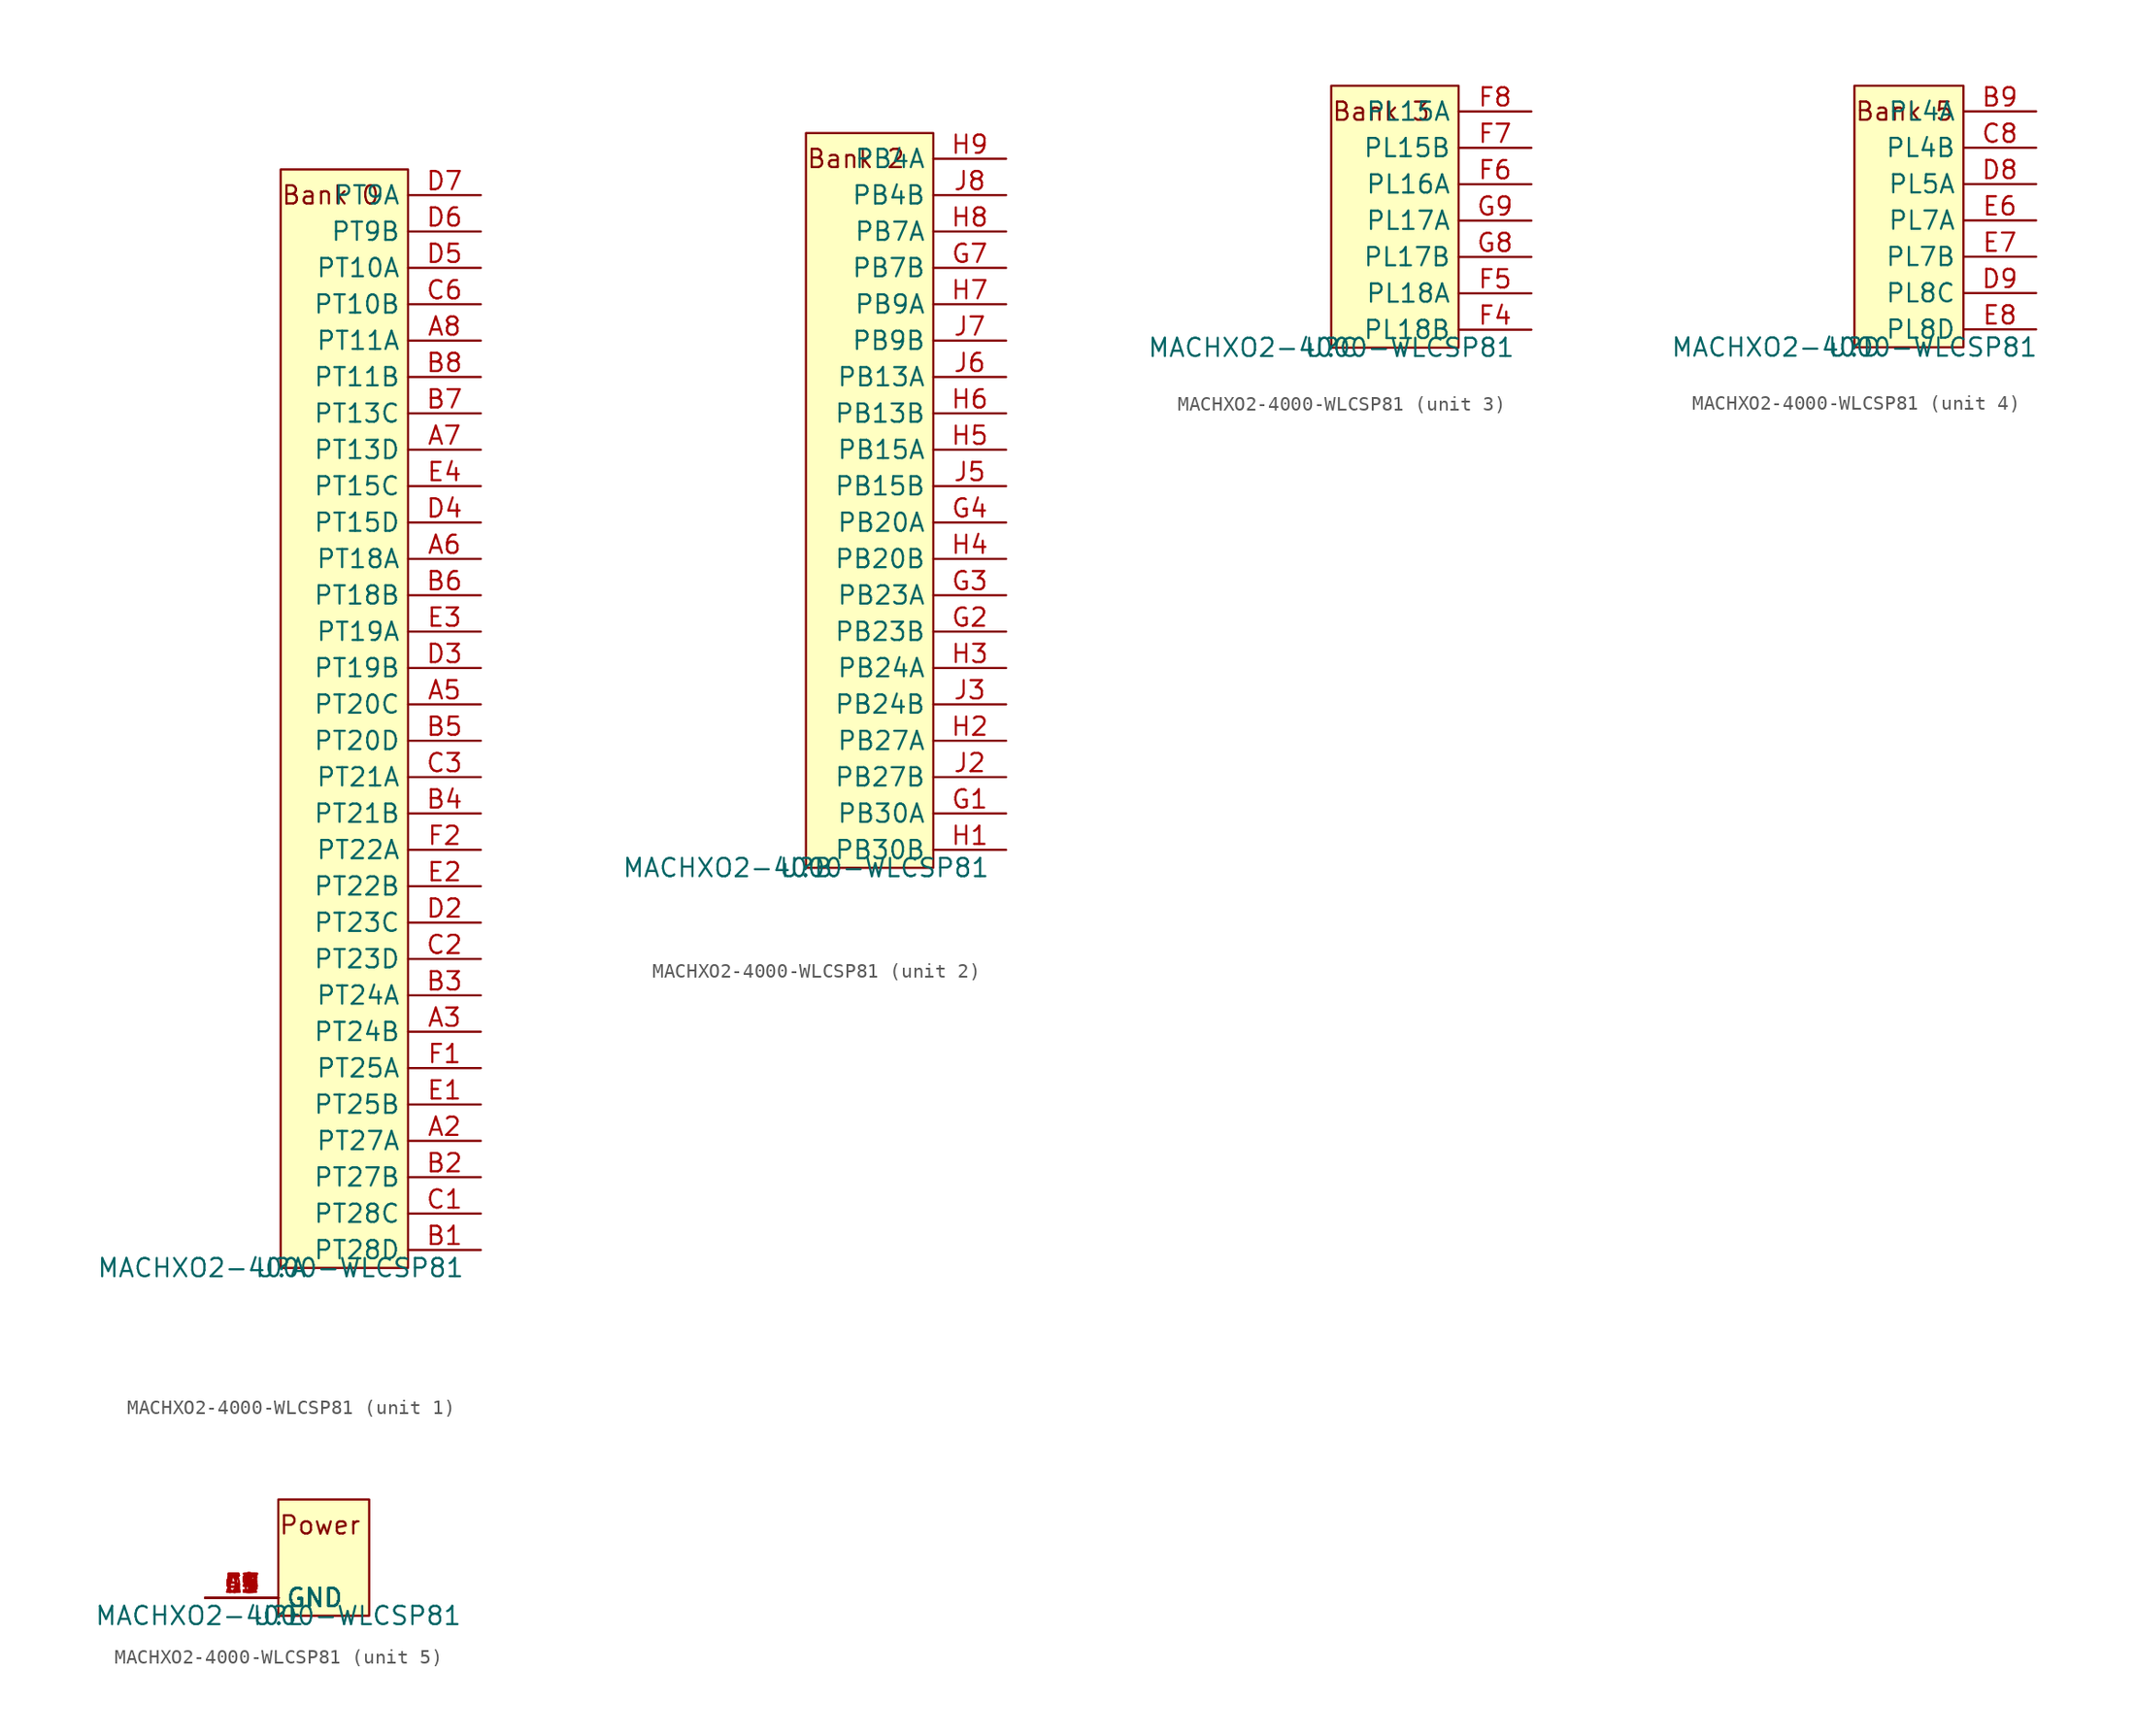
<source format=kicad_sym>
(kicad_symbol_lib
  (version 20211014)
  (generator kicad_symbol_editor)
  (symbol "MACHXO2-4000-WLCSP81"
    (property "Reference" "U"
      (at 0 0 0)
      (effects (font (size 1.27 1.27))))
    (property "Value" "MACHXO2-4000-WLCSP81"
      (at 0 0 0)
      (effects (font (size 1.27 1.27))))
    (property "ki_locked" ""
      (at 0 0 0)
      (effects (font (size 1.27 1.27))))
    (symbol "MACHXO2-4000-WLCSP81_1_0"
      (pin bidirectional line (at 13.97 74.914 180) (length 5.08) (name "PT9A" (effects (font (size 1.27 1.27)))) (number "D7" (effects (font (size 1.27 1.27)))))
      (pin bidirectional line (at 13.97 72.374 180) (length 5.08) (name "PT9B" (effects (font (size 1.27 1.27)))) (number "D6" (effects (font (size 1.27 1.27)))))
      (pin bidirectional line (at 13.97 69.834 180) (length 5.08) (name "PT10A" (effects (font (size 1.27 1.27)))) (number "D5" (effects (font (size 1.27 1.27)))))
      (pin bidirectional line (at 13.97 67.294 180) (length 5.08) (name "PT10B" (effects (font (size 1.27 1.27)))) (number "C6" (effects (font (size 1.27 1.27)))))
      (pin bidirectional line (at 13.97 64.754 180) (length 5.08) (name "PT11A" (effects (font (size 1.27 1.27)))) (number "A8" (effects (font (size 1.27 1.27)))))
      (pin bidirectional line (at 13.97 62.214 180) (length 5.08) (name "PT11B" (effects (font (size 1.27 1.27)))) (number "B8" (effects (font (size 1.27 1.27)))))
      (pin bidirectional line (at 13.97 59.674 180) (length 5.08) (name "PT13C" (effects (font (size 1.27 1.27)))) (number "B7" (effects (font (size 1.27 1.27)))))
      (pin bidirectional line (at 13.97 57.134 180) (length 5.08) (name "PT13D" (effects (font (size 1.27 1.27)))) (number "A7" (effects (font (size 1.27 1.27)))))
      (pin bidirectional line (at 13.97 54.594 180) (length 5.08) (name "PT15C" (effects (font (size 1.27 1.27)))) (number "E4" (effects (font (size 1.27 1.27)))))
      (pin bidirectional line (at 13.97 52.054 180) (length 5.08) (name "PT15D" (effects (font (size 1.27 1.27)))) (number "D4" (effects (font (size 1.27 1.27)))))
      (pin bidirectional line (at 13.97 49.514 180) (length 5.08) (name "PT18A" (effects (font (size 1.27 1.27)))) (number "A6" (effects (font (size 1.27 1.27)))))
      (pin bidirectional line (at 13.97 46.974 180) (length 5.08) (name "PT18B" (effects (font (size 1.27 1.27)))) (number "B6" (effects (font (size 1.27 1.27)))))
      (pin bidirectional line (at 13.97 44.434 180) (length 5.08) (name "PT19A" (effects (font (size 1.27 1.27)))) (number "E3" (effects (font (size 1.27 1.27)))))
      (pin bidirectional line (at 13.97 41.894 180) (length 5.08) (name "PT19B" (effects (font (size 1.27 1.27)))) (number "D3" (effects (font (size 1.27 1.27)))))
      (pin bidirectional line (at 13.97 39.354 180) (length 5.08) (name "PT20C" (effects (font (size 1.27 1.27)))) (number "A5" (effects (font (size 1.27 1.27)))))
      (pin bidirectional line (at 13.97 36.814 180) (length 5.08) (name "PT20D" (effects (font (size 1.27 1.27)))) (number "B5" (effects (font (size 1.27 1.27)))))
      (pin bidirectional line (at 13.97 34.274 180) (length 5.08) (name "PT21A" (effects (font (size 1.27 1.27)))) (number "C3" (effects (font (size 1.27 1.27)))))
      (pin bidirectional line (at 13.97 31.734 180) (length 5.08) (name "PT21B" (effects (font (size 1.27 1.27)))) (number "B4" (effects (font (size 1.27 1.27)))))
      (pin bidirectional line (at 13.97 29.194 180) (length 5.08) (name "PT22A" (effects (font (size 1.27 1.27)))) (number "F2" (effects (font (size 1.27 1.27)))))
      (pin bidirectional line (at 13.97 26.654 180) (length 5.08) (name "PT22B" (effects (font (size 1.27 1.27)))) (number "E2" (effects (font (size 1.27 1.27)))))
      (pin bidirectional line (at 13.97 24.114 180) (length 5.08) (name "PT23C" (effects (font (size 1.27 1.27)))) (number "D2" (effects (font (size 1.27 1.27)))))
      (pin bidirectional line (at 13.97 21.574 180) (length 5.08) (name "PT23D" (effects (font (size 1.27 1.27)))) (number "C2" (effects (font (size 1.27 1.27)))))
      (pin bidirectional line (at 13.97 19.034 180) (length 5.08) (name "PT24A" (effects (font (size 1.27 1.27)))) (number "B3" (effects (font (size 1.27 1.27)))))
      (pin bidirectional line (at 13.97 16.494 180) (length 5.08) (name "PT24B" (effects (font (size 1.27 1.27)))) (number "A3" (effects (font (size 1.27 1.27)))))
      (pin bidirectional line (at 13.97 13.954 180) (length 5.08) (name "PT25A" (effects (font (size 1.27 1.27)))) (number "F1" (effects (font (size 1.27 1.27)))))
      (pin bidirectional line (at 13.97 11.414 180) (length 5.08) (name "PT25B" (effects (font (size 1.27 1.27)))) (number "E1" (effects (font (size 1.27 1.27)))))
      (pin bidirectional line (at 13.97 8.874 180) (length 5.08) (name "PT27A" (effects (font (size 1.27 1.27)))) (number "A2" (effects (font (size 1.27 1.27)))))
      (pin bidirectional line (at 13.97 6.334 180) (length 5.08) (name "PT27B" (effects (font (size 1.27 1.27)))) (number "B2" (effects (font (size 1.27 1.27)))))
      (pin bidirectional line (at 13.97 3.794 180) (length 5.08) (name "PT28C" (effects (font (size 1.27 1.27)))) (number "C1" (effects (font (size 1.27 1.27)))))
      (pin bidirectional line (at 13.97 1.254 180) (length 5.08) (name "PT28D" (effects (font (size 1.27 1.27)))) (number "B1" (effects (font (size 1.27 1.27))))))
    (symbol "MACHXO2-4000-WLCSP81_1_1"
      (rectangle (start 0 0) (end 8.89 76.708) (stroke (width 0) (type default) (color 0 0 0 0)) (fill (type background)))
      (text "Bank 0" (at 0 74.914 0) (effects (font (size 1.27 1.27)) (justify left))))
    (symbol "MACHXO2-4000-WLCSP81_2_0"
      (pin bidirectional line (at 13.97 49.514 180) (length 5.08) (name "PB4A" (effects (font (size 1.27 1.27)))) (number "H9" (effects (font (size 1.27 1.27)))))
      (pin bidirectional line (at 13.97 46.974 180) (length 5.08) (name "PB4B" (effects (font (size 1.27 1.27)))) (number "J8" (effects (font (size 1.27 1.27)))))
      (pin bidirectional line (at 13.97 44.434 180) (length 5.08) (name "PB7A" (effects (font (size 1.27 1.27)))) (number "H8" (effects (font (size 1.27 1.27)))))
      (pin bidirectional line (at 13.97 41.894 180) (length 5.08) (name "PB7B" (effects (font (size 1.27 1.27)))) (number "G7" (effects (font (size 1.27 1.27)))))
      (pin bidirectional line (at 13.97 39.354 180) (length 5.08) (name "PB9A" (effects (font (size 1.27 1.27)))) (number "H7" (effects (font (size 1.27 1.27)))))
      (pin bidirectional line (at 13.97 36.814 180) (length 5.08) (name "PB9B" (effects (font (size 1.27 1.27)))) (number "J7" (effects (font (size 1.27 1.27)))))
      (pin bidirectional line (at 13.97 34.274 180) (length 5.08) (name "PB13A" (effects (font (size 1.27 1.27)))) (number "J6" (effects (font (size 1.27 1.27)))))
      (pin bidirectional line (at 13.97 31.734 180) (length 5.08) (name "PB13B" (effects (font (size 1.27 1.27)))) (number "H6" (effects (font (size 1.27 1.27)))))
      (pin bidirectional line (at 13.97 29.194 180) (length 5.08) (name "PB15A" (effects (font (size 1.27 1.27)))) (number "H5" (effects (font (size 1.27 1.27)))))
      (pin bidirectional line (at 13.97 26.654 180) (length 5.08) (name "PB15B" (effects (font (size 1.27 1.27)))) (number "J5" (effects (font (size 1.27 1.27)))))
      (pin bidirectional line (at 13.97 24.114 180) (length 5.08) (name "PB20A" (effects (font (size 1.27 1.27)))) (number "G4" (effects (font (size 1.27 1.27)))))
      (pin bidirectional line (at 13.97 21.574 180) (length 5.08) (name "PB20B" (effects (font (size 1.27 1.27)))) (number "H4" (effects (font (size 1.27 1.27)))))
      (pin bidirectional line (at 13.97 19.034 180) (length 5.08) (name "PB23A" (effects (font (size 1.27 1.27)))) (number "G3" (effects (font (size 1.27 1.27)))))
      (pin bidirectional line (at 13.97 16.494 180) (length 5.08) (name "PB23B" (effects (font (size 1.27 1.27)))) (number "G2" (effects (font (size 1.27 1.27)))))
      (pin bidirectional line (at 13.97 13.954 180) (length 5.08) (name "PB24A" (effects (font (size 1.27 1.27)))) (number "H3" (effects (font (size 1.27 1.27)))))
      (pin bidirectional line (at 13.97 11.414 180) (length 5.08) (name "PB24B" (effects (font (size 1.27 1.27)))) (number "J3" (effects (font (size 1.27 1.27)))))
      (pin bidirectional line (at 13.97 8.874 180) (length 5.08) (name "PB27A" (effects (font (size 1.27 1.27)))) (number "H2" (effects (font (size 1.27 1.27)))))
      (pin bidirectional line (at 13.97 6.334 180) (length 5.08) (name "PB27B" (effects (font (size 1.27 1.27)))) (number "J2" (effects (font (size 1.27 1.27)))))
      (pin bidirectional line (at 13.97 3.794 180) (length 5.08) (name "PB30A" (effects (font (size 1.27 1.27)))) (number "G1" (effects (font (size 1.27 1.27)))))
      (pin bidirectional line (at 13.97 1.254 180) (length 5.08) (name "PB30B" (effects (font (size 1.27 1.27)))) (number "H1" (effects (font (size 1.27 1.27))))))
    (symbol "MACHXO2-4000-WLCSP81_2_1"
      (rectangle (start 0 0) (end 8.89 51.308) (stroke (width 0) (type default) (color 0 0 0 0)) (fill (type background)))
      (text "Bank 2" (at 0 49.514 0) (effects (font (size 1.27 1.27)) (justify left))))
    (symbol "MACHXO2-4000-WLCSP81_3_0"
      (pin bidirectional line (at 13.97 16.494 180) (length 5.08) (name "PL15A" (effects (font (size 1.27 1.27)))) (number "F8" (effects (font (size 1.27 1.27)))))
      (pin bidirectional line (at 13.97 13.954 180) (length 5.08) (name "PL15B" (effects (font (size 1.27 1.27)))) (number "F7" (effects (font (size 1.27 1.27)))))
      (pin bidirectional line (at 13.97 11.414 180) (length 5.08) (name "PL16A" (effects (font (size 1.27 1.27)))) (number "F6" (effects (font (size 1.27 1.27)))))
      (pin bidirectional line (at 13.97 8.874 180) (length 5.08) (name "PL17A" (effects (font (size 1.27 1.27)))) (number "G9" (effects (font (size 1.27 1.27)))))
      (pin bidirectional line (at 13.97 6.334 180) (length 5.08) (name "PL17B" (effects (font (size 1.27 1.27)))) (number "G8" (effects (font (size 1.27 1.27)))))
      (pin bidirectional line (at 13.97 3.794 180) (length 5.08) (name "PL18A" (effects (font (size 1.27 1.27)))) (number "F5" (effects (font (size 1.27 1.27)))))
      (pin bidirectional line (at 13.97 1.254 180) (length 5.08) (name "PL18B" (effects (font (size 1.27 1.27)))) (number "F4" (effects (font (size 1.27 1.27))))))
    (symbol "MACHXO2-4000-WLCSP81_3_1"
      (rectangle (start 0 0) (end 8.89 18.288) (stroke (width 0) (type default) (color 0 0 0 0)) (fill (type background)))
      (text "Bank 3" (at 0 16.494 0) (effects (font (size 1.27 1.27)) (justify left))))
    (symbol "MACHXO2-4000-WLCSP81_4_0"
      (pin bidirectional line (at 12.7 16.494 180) (length 5.08) (name "PL4A" (effects (font (size 1.27 1.27)))) (number "B9" (effects (font (size 1.27 1.27)))))
      (pin bidirectional line (at 12.7 13.954 180) (length 5.08) (name "PL4B" (effects (font (size 1.27 1.27)))) (number "C8" (effects (font (size 1.27 1.27)))))
      (pin bidirectional line (at 12.7 11.414 180) (length 5.08) (name "PL5A" (effects (font (size 1.27 1.27)))) (number "D8" (effects (font (size 1.27 1.27)))))
      (pin bidirectional line (at 12.7 8.874 180) (length 5.08) (name "PL7A" (effects (font (size 1.27 1.27)))) (number "E6" (effects (font (size 1.27 1.27)))))
      (pin bidirectional line (at 12.7 6.334 180) (length 5.08) (name "PL7B" (effects (font (size 1.27 1.27)))) (number "E7" (effects (font (size 1.27 1.27)))))
      (pin bidirectional line (at 12.7 3.794 180) (length 5.08) (name "PL8C" (effects (font (size 1.27 1.27)))) (number "D9" (effects (font (size 1.27 1.27)))))
      (pin bidirectional line (at 12.7 1.254 180) (length 5.08) (name "PL8D" (effects (font (size 1.27 1.27)))) (number "E8" (effects (font (size 1.27 1.27))))))
    (symbol "MACHXO2-4000-WLCSP81_4_1"
      (rectangle (start 0 0) (end 7.62 18.288) (stroke (width 0) (type default) (color 0 0 0 0)) (fill (type background)))
      (text "Bank 5" (at 0 16.494 0) (effects (font (size 1.27 1.27)) (justify left))))
    (symbol "MACHXO2-4000-WLCSP81_5_0"
      (pin power_in line (at -5.08 1.254 0) (length 5.08) (name "GND" (effects (font (size 1.27 1.27)))) (number "A1" (effects (font (size 1.27 1.27)))))
      (pin power_in line (at -5.08 1.254 0) (length 5.08) (name "GND" (effects (font (size 1.27 1.27)))) (number "A9" (effects (font (size 1.27 1.27)))))
      (pin power_in line (at -5.08 1.254 0) (length 5.08) (name "GND" (effects (font (size 1.27 1.27)))) (number "E5" (effects (font (size 1.27 1.27)))))
      (pin power_in line (at -5.08 1.254 0) (length 5.08) (name "GND" (effects (font (size 1.27 1.27)))) (number "G5" (effects (font (size 1.27 1.27)))))
      (pin power_in line (at -5.08 1.254 0) (length 5.08) (name "GND" (effects (font (size 1.27 1.27)))) (number "J1" (effects (font (size 1.27 1.27)))))
      (pin power_in line (at -5.08 1.254 0) (length 5.08) (name "GND" (effects (font (size 1.27 1.27)))) (number "J9" (effects (font (size 1.27 1.27)))))
      (pin power_in line (at -5.08 1.254 0) (length 5.08) (name "GND" (effects (font (size 1.27 1.27)))) (number "C4" (effects (font (size 1.27 1.27)))))
      (pin power_in line (at -5.08 1.254 0) (length 5.08) (name "GND" (effects (font (size 1.27 1.27)))) (number "D1" (effects (font (size 1.27 1.27)))))
      (pin power_in line (at -5.08 1.254 0) (length 5.08) (name "GND" (effects (font (size 1.27 1.27)))) (number "F3" (effects (font (size 1.27 1.27)))))
      (pin power_in line (at -5.08 1.254 0) (length 5.08) (name "GND" (effects (font (size 1.27 1.27)))) (number "E9" (effects (font (size 1.27 1.27)))))
      (pin power_in line (at -5.08 1.254 0) (length 5.08) (name "GND" (effects (font (size 1.27 1.27)))) (number "F9" (effects (font (size 1.27 1.27)))))
      (pin power_in line (at -5.08 1.254 0) (length 5.08) (name "GND" (effects (font (size 1.27 1.27)))) (number "C9" (effects (font (size 1.27 1.27)))))
      (pin power_in line (at -5.08 1.254 0) (length 5.08) (name "GND" (effects (font (size 1.27 1.27)))) (number "A4" (effects (font (size 1.27 1.27)))))
      (pin power_in line (at -5.08 1.254 0) (length 5.08) (name "GND" (effects (font (size 1.27 1.27)))) (number "C5" (effects (font (size 1.27 1.27)))))
      (pin power_in line (at -5.08 1.254 0) (length 5.08) (name "GND" (effects (font (size 1.27 1.27)))) (number "C7" (effects (font (size 1.27 1.27)))))
      (pin power_in line (at -5.08 1.254 0) (length 5.08) (name "GND" (effects (font (size 1.27 1.27)))) (number "G6" (effects (font (size 1.27 1.27)))))
      (pin power_in line (at -5.08 1.254 0) (length 5.08) (name "GND" (effects (font (size 1.27 1.27)))) (number "J4" (effects (font (size 1.27 1.27))))))
    (symbol "MACHXO2-4000-WLCSP81_5_1"
      (rectangle (start 0 0) (end 6.35 8.128) (stroke (width 0) (type default) (color 0 0 0 0)) (fill (type background)))
      (text "Power" (at 0 6.334 0) (effects (font (size 1.27 1.27)) (justify left))))))
</source>
